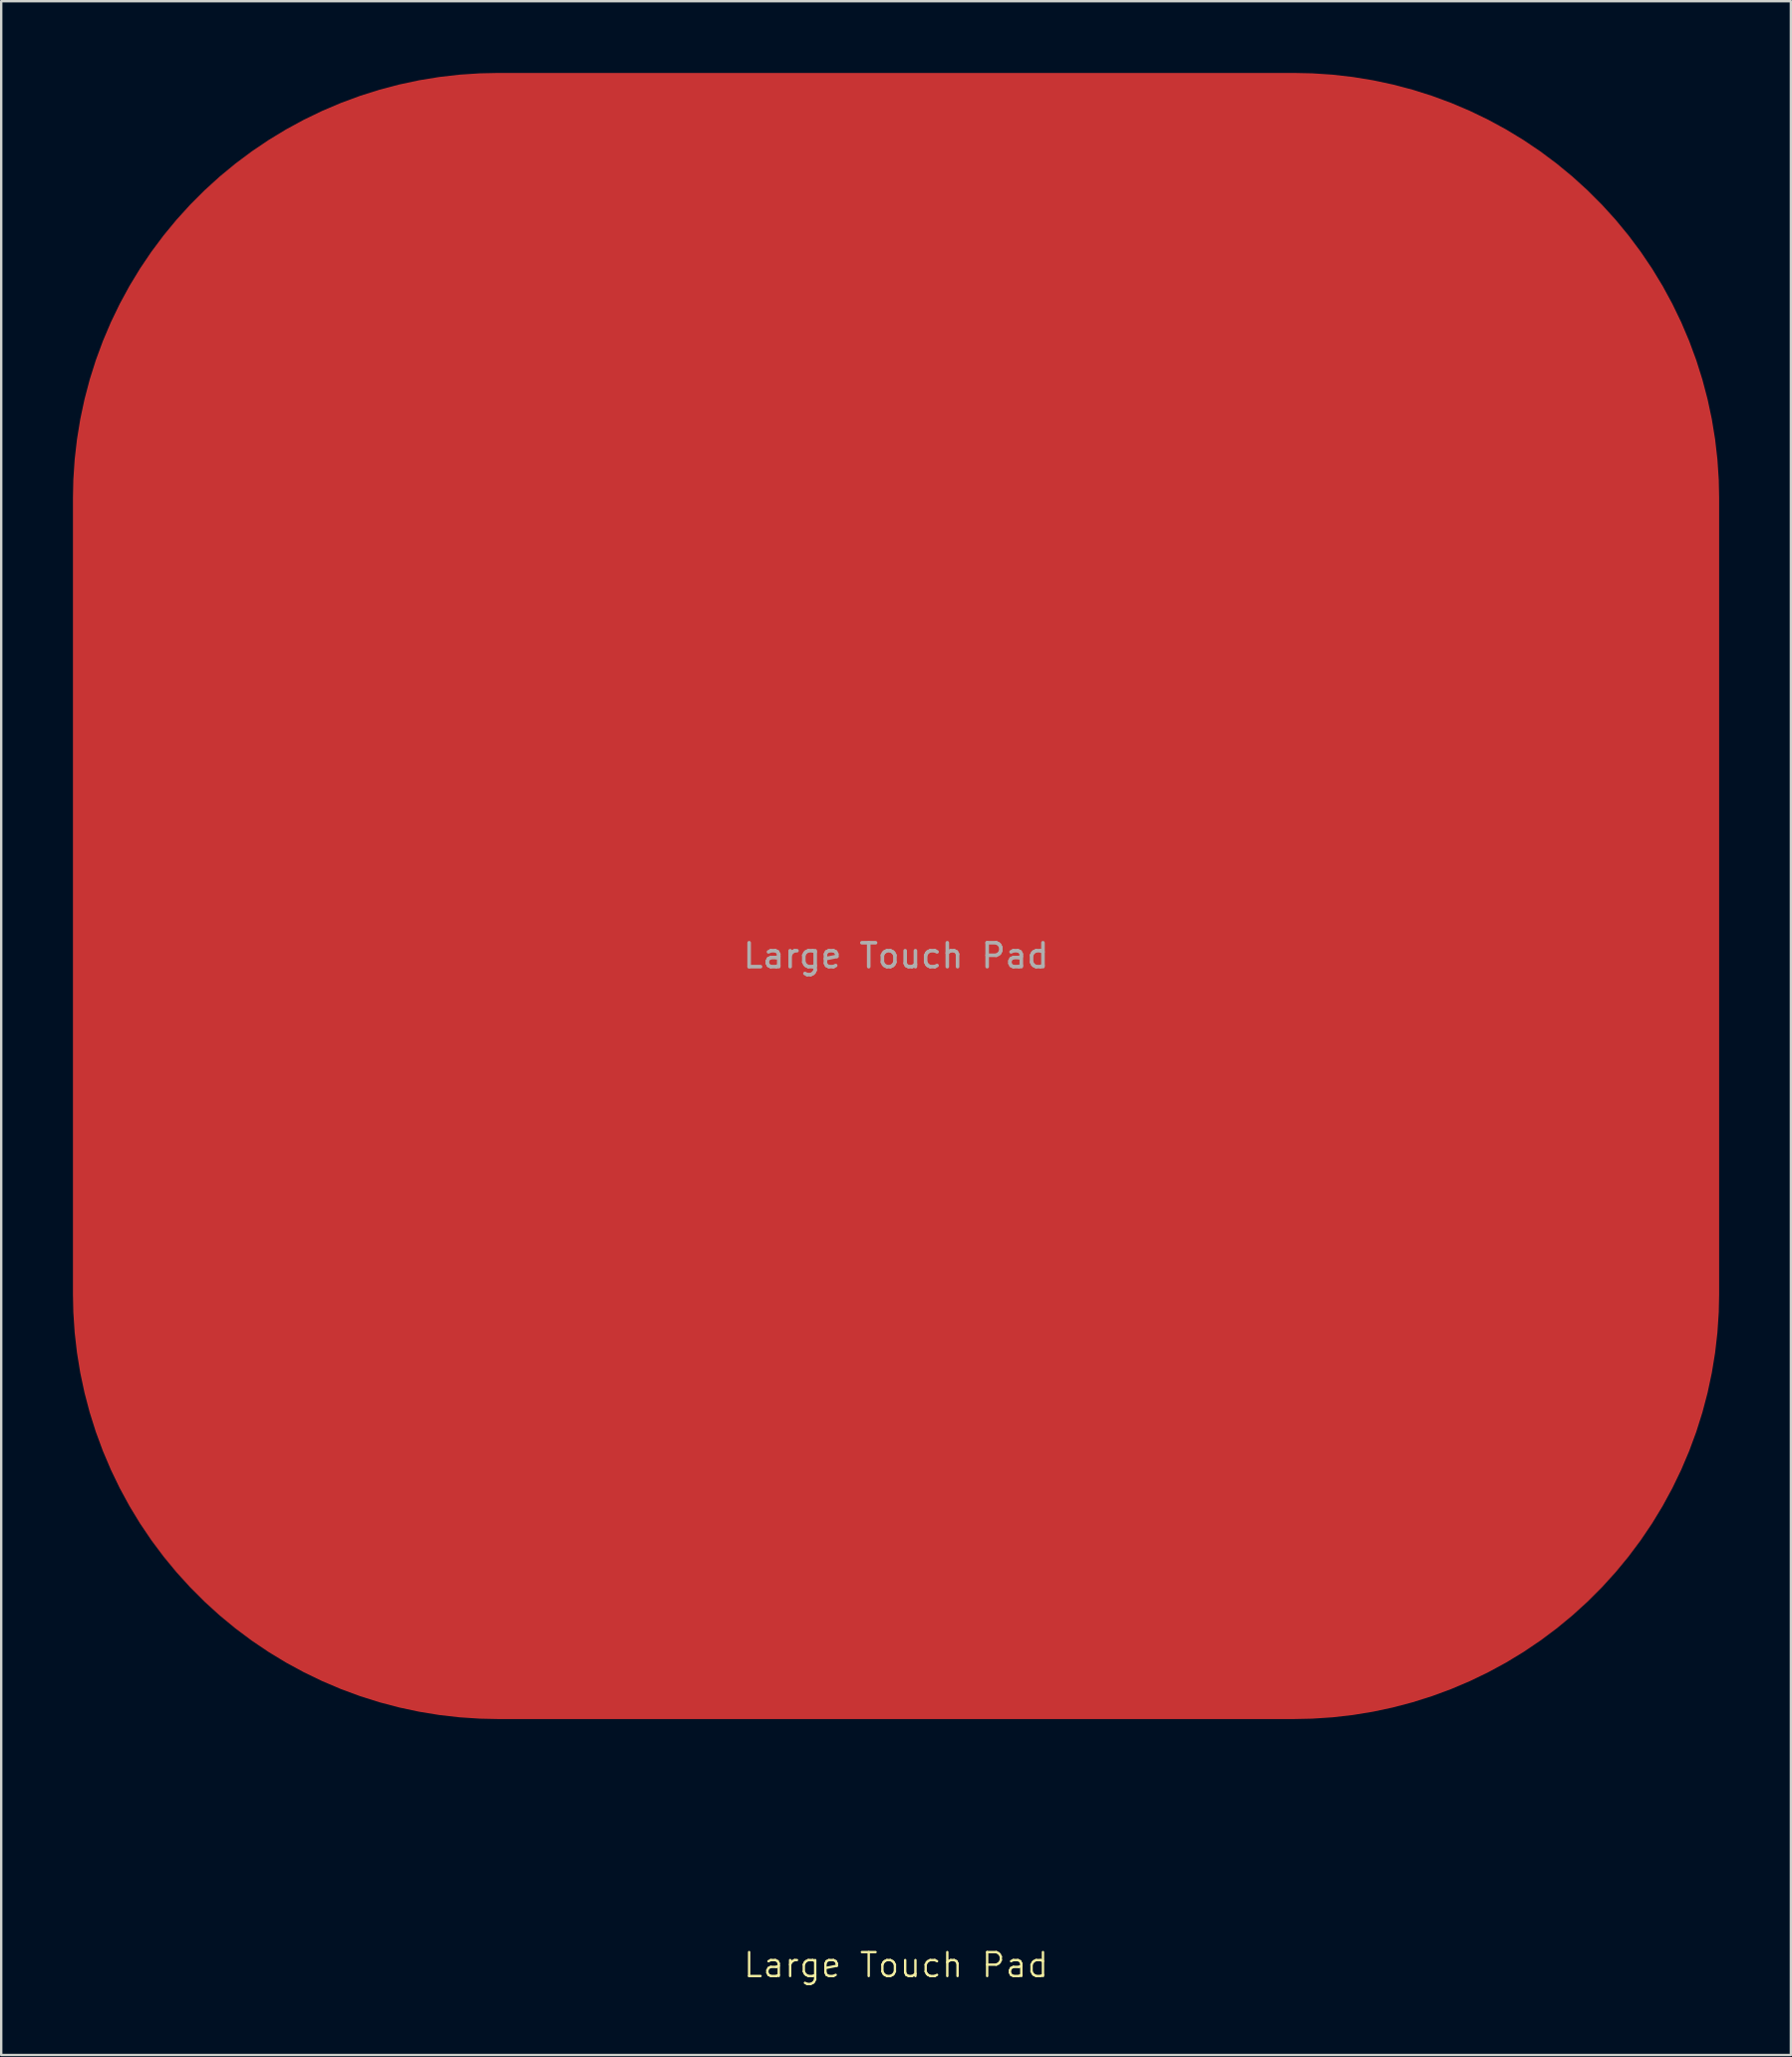
<source format=kicad_pcb>
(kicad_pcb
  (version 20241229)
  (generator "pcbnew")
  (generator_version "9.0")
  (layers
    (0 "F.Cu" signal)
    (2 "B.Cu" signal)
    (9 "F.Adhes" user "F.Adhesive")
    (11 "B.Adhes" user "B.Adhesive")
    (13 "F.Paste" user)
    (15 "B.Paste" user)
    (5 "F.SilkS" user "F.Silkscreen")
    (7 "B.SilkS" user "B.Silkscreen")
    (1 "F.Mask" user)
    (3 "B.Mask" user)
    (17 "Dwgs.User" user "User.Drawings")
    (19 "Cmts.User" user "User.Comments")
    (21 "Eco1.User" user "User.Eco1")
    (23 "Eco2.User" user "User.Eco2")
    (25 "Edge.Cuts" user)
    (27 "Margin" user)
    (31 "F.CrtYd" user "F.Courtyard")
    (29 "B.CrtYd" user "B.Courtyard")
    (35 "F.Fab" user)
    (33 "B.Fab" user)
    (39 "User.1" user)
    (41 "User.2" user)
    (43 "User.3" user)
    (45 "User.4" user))
  (footprint "Large Touch Pad"
    (layer "F.Cu")
    (at 34.417 34.417)
    (property "Reference" "Large Touch Pad" (at 0 44.704 0) (unlocked yes) (layer "F.SilkS") (effects (font (size 1 1) (thickness 0.1))))
    (attr smd)
    (fp_text user "${REFERENCE}" (at 0 2.5 0) (unlocked yes) (layer "F.Fab") (effects (font (size 1 1) (thickness 0.15))))
    (pad "1" smd roundrect (at 0 0) (size 68.834 68.834) (layers "F.Cu") (roundrect_rratio 0.258)))
  (gr_rect
    (start -3 -3)
    (end 71.834 82.882)
    (stroke (width 0.1) (type default))
    (fill no)
    (layer "Edge.Cuts")))
</source>
